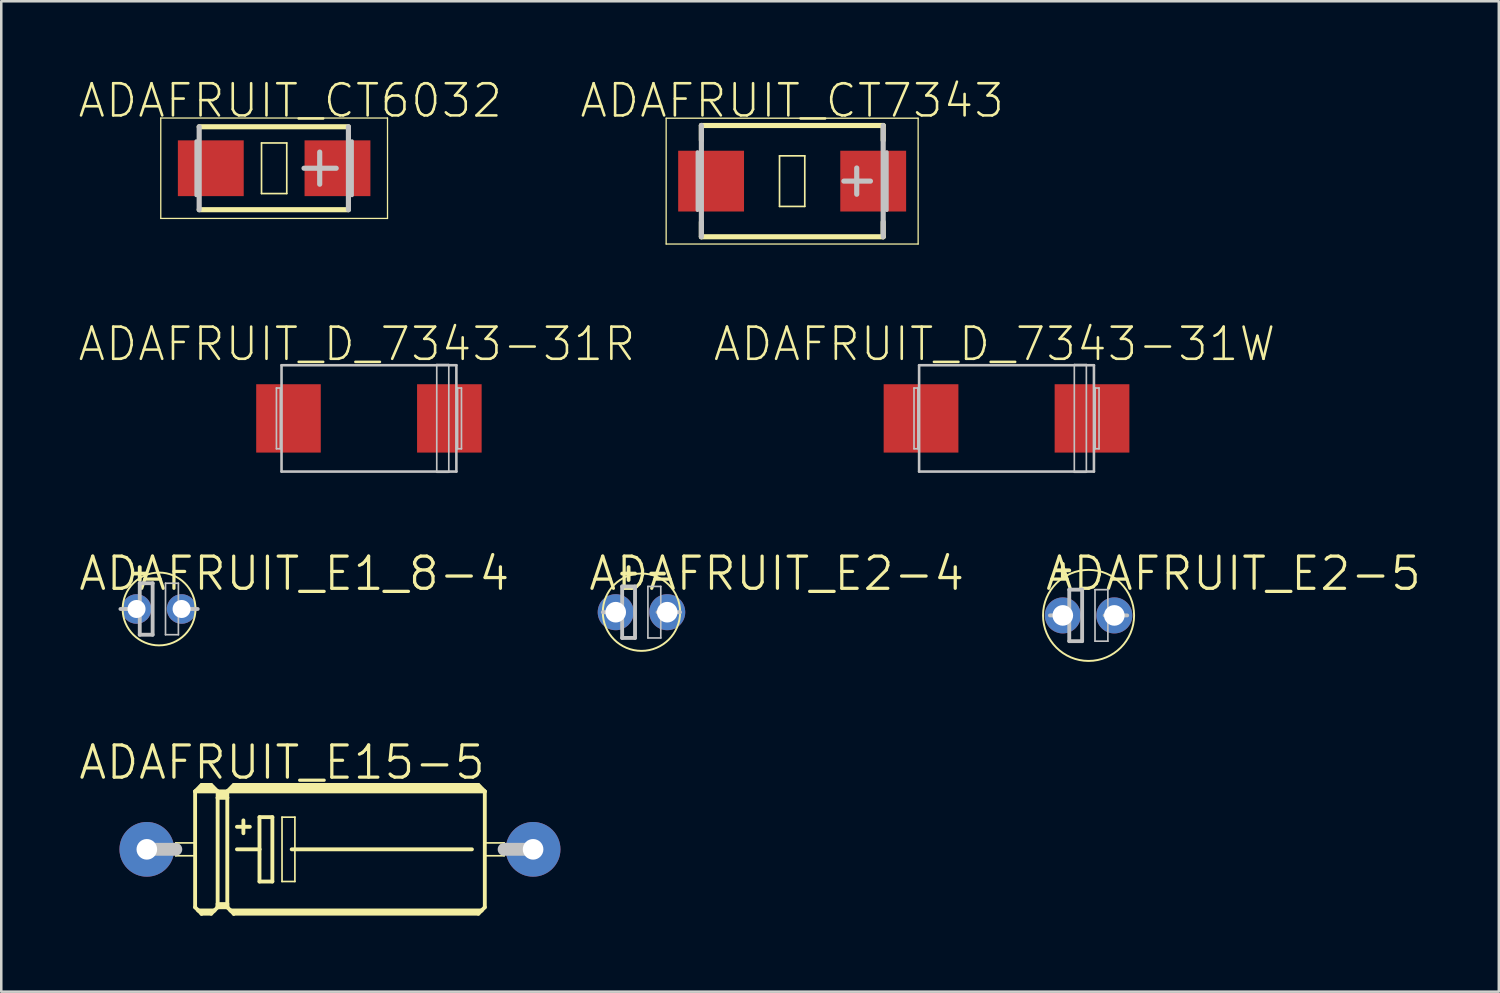
<source format=kicad_pcb>
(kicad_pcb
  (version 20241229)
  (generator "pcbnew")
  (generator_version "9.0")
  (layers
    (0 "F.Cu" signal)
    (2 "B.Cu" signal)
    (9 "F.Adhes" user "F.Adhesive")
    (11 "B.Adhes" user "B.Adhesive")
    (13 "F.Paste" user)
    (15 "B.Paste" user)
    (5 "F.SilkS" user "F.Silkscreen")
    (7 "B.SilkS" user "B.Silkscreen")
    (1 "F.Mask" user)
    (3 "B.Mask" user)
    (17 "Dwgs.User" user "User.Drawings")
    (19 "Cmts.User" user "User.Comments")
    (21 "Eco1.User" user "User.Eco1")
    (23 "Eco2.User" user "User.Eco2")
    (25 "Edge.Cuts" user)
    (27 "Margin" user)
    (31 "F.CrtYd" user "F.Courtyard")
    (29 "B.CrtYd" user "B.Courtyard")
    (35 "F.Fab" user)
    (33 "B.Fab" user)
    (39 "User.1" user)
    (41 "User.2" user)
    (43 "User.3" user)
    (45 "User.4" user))
  (footprint "ADAFRUIT_D_7343-31W"
    (layer "F.Cu")
    (at 36.662 13.458)
    (property "Reference" "ADAFRUIT_D_7343-31W" (at -0.475 -2.934 0) (layer "F.SilkS") (effects (font (size 1.27 1.27) (thickness 0.102))))
    (attr smd)
    (fp_line (start -3.65 -1.199) (end -3.498 -1.199) (stroke (width 0.066) (type solid)) (layer "Dwgs.User"))
    (fp_line (start -3.65 1.199) (end -3.65 -1.199) (stroke (width 0.066) (type solid)) (layer "Dwgs.User"))
    (fp_line (start -3.65 1.199) (end -3.498 1.199) (stroke (width 0.066) (type solid)) (layer "Dwgs.User"))
    (fp_line (start -3.498 1.199) (end -3.498 -1.199) (stroke (width 0.066) (type solid)) (layer "Dwgs.User"))
    (fp_line (start -3.449 -2.098) (end 3.449 -2.098) (stroke (width 0.102) (type solid)) (layer "Dwgs.User"))
    (fp_line (start -3.449 2.098) (end -3.449 -2.098) (stroke (width 0.102) (type solid)) (layer "Dwgs.User"))
    (fp_line (start 2.675 -2.123) (end 3.15 -2.123) (stroke (width 0.066) (type solid)) (layer "Dwgs.User"))
    (fp_line (start 2.675 2.123) (end 2.675 -2.123) (stroke (width 0.066) (type solid)) (layer "Dwgs.User"))
    (fp_line (start 2.675 2.123) (end 3.15 2.123) (stroke (width 0.066) (type solid)) (layer "Dwgs.User"))
    (fp_line (start 3.15 2.123) (end 3.15 -2.123) (stroke (width 0.066) (type solid)) (layer "Dwgs.User"))
    (fp_line (start 3.449 -2.098) (end 3.449 2.098) (stroke (width 0.102) (type solid)) (layer "Dwgs.User"))
    (fp_line (start 3.449 2.098) (end -3.449 2.098) (stroke (width 0.102) (type solid)) (layer "Dwgs.User"))
    (fp_line (start 3.498 -1.199) (end 3.65 -1.199) (stroke (width 0.066) (type solid)) (layer "Dwgs.User"))
    (fp_line (start 3.498 1.199) (end 3.498 -1.199) (stroke (width 0.066) (type solid)) (layer "Dwgs.User"))
    (fp_line (start 3.498 1.199) (end 3.65 1.199) (stroke (width 0.066) (type solid)) (layer "Dwgs.User"))
    (fp_line (start 3.65 1.199) (end 3.65 -1.199) (stroke (width 0.066) (type solid)) (layer "Dwgs.User"))
    (pad "+" smd rect (at 3.373 0) (size 2.949 2.697) (layers "F.Cu" "F.Mask" "F.Paste"))
    (pad "-" smd rect (at -3.373 0) (size 2.949 2.697) (layers "F.Cu" "F.Mask" "F.Paste")))
  (footprint "ADAFRUIT_E1_8-4"
    (layer "F.Cu")
    (at 3.226 20.977)
    (property "Reference" "ADAFRUIT_E1_8-4" (at 5.334 -1.397 0) (layer "F.SilkS") (effects (font (size 1.27 1.27) (thickness 0.127))))
    (attr exclude_from_pos_files exclude_from_bom)
    (fp_line (start -1.016 -1.397) (end -0.508 -1.397) (stroke (width 0.152) (type solid)) (layer "F.SilkS"))
    (fp_line (start -0.762 -1.143) (end -0.762 -1.651) (stroke (width 0.152) (type solid)) (layer "F.SilkS"))
    (fp_circle (center 0 0) (end -1.016 1.016) (stroke (width 0.076) (type solid)) (fill no) (layer "F.SilkS"))
    (fp_line (start -1.524 0) (end -0.762 0) (stroke (width 0.152) (type solid)) (layer "Dwgs.User"))
    (fp_line (start -0.762 -1.016) (end -0.762 0) (stroke (width 0.152) (type solid)) (layer "Dwgs.User"))
    (fp_line (start -0.762 0) (end -0.762 1.016) (stroke (width 0.152) (type solid)) (layer "Dwgs.User"))
    (fp_line (start -0.762 1.016) (end -0.254 1.016) (stroke (width 0.152) (type solid)) (layer "Dwgs.User"))
    (fp_line (start -0.254 -1.016) (end -0.762 -1.016) (stroke (width 0.152) (type solid)) (layer "Dwgs.User"))
    (fp_line (start -0.254 1.016) (end -0.254 -1.016) (stroke (width 0.152) (type solid)) (layer "Dwgs.User"))
    (fp_line (start 0.254 -1.016) (end 0.762 -1.016) (stroke (width 0.066) (type solid)) (layer "Dwgs.User"))
    (fp_line (start 0.254 1.016) (end 0.254 -1.016) (stroke (width 0.066) (type solid)) (layer "Dwgs.User"))
    (fp_line (start 0.254 1.016) (end 0.762 1.016) (stroke (width 0.066) (type solid)) (layer "Dwgs.User"))
    (fp_line (start 0.635 0) (end 1.524 0) (stroke (width 0.152) (type solid)) (layer "Dwgs.User"))
    (fp_line (start 0.762 1.016) (end 0.762 -1.016) (stroke (width 0.066) (type solid)) (layer "Dwgs.User"))
    (pad "+" thru_hole circle (at -0.889 0) (size 1.168 1.168) (drill 0.711) (layers "*.Cu" "*.Paste" "*.Mask"))
    (pad "-" thru_hole circle (at 0.889 0) (size 1.168 1.168) (drill 0.711) (layers "*.Cu" "*.Paste" "*.Mask")))
  (footprint "ADAFRUIT_D_7343-31R"
    (layer "F.Cu")
    (at 11.507 13.458)
    (property "Reference" "ADAFRUIT_D_7343-31R" (at -0.475 -2.934 0) (layer "F.SilkS") (effects (font (size 1.27 1.27) (thickness 0.102))))
    (attr smd)
    (fp_line (start -3.65 -1.199) (end -3.498 -1.199) (stroke (width 0.066) (type solid)) (layer "Dwgs.User"))
    (fp_line (start -3.65 1.199) (end -3.65 -1.199) (stroke (width 0.066) (type solid)) (layer "Dwgs.User"))
    (fp_line (start -3.65 1.199) (end -3.498 1.199) (stroke (width 0.066) (type solid)) (layer "Dwgs.User"))
    (fp_line (start -3.498 1.199) (end -3.498 -1.199) (stroke (width 0.066) (type solid)) (layer "Dwgs.User"))
    (fp_line (start -3.449 -2.098) (end 3.449 -2.098) (stroke (width 0.102) (type solid)) (layer "Dwgs.User"))
    (fp_line (start -3.449 2.098) (end -3.449 -2.098) (stroke (width 0.102) (type solid)) (layer "Dwgs.User"))
    (fp_line (start 2.675 -2.123) (end 3.15 -2.123) (stroke (width 0.066) (type solid)) (layer "Dwgs.User"))
    (fp_line (start 2.675 2.123) (end 2.675 -2.123) (stroke (width 0.066) (type solid)) (layer "Dwgs.User"))
    (fp_line (start 2.675 2.123) (end 3.15 2.123) (stroke (width 0.066) (type solid)) (layer "Dwgs.User"))
    (fp_line (start 3.15 2.123) (end 3.15 -2.123) (stroke (width 0.066) (type solid)) (layer "Dwgs.User"))
    (fp_line (start 3.449 -2.098) (end 3.449 2.098) (stroke (width 0.102) (type solid)) (layer "Dwgs.User"))
    (fp_line (start 3.449 2.098) (end -3.449 2.098) (stroke (width 0.102) (type solid)) (layer "Dwgs.User"))
    (fp_line (start 3.498 -1.199) (end 3.65 -1.199) (stroke (width 0.066) (type solid)) (layer "Dwgs.User"))
    (fp_line (start 3.498 1.199) (end 3.498 -1.199) (stroke (width 0.066) (type solid)) (layer "Dwgs.User"))
    (fp_line (start 3.498 1.199) (end 3.65 1.199) (stroke (width 0.066) (type solid)) (layer "Dwgs.User"))
    (fp_line (start 3.65 1.199) (end 3.65 -1.199) (stroke (width 0.066) (type solid)) (layer "Dwgs.User"))
    (pad "+" smd rect (at 3.172 0) (size 2.548 2.697) (layers "F.Cu" "F.Mask" "F.Paste"))
    (pad "-" smd rect (at -3.175 0) (size 2.548 2.697) (layers "F.Cu" "F.Mask" "F.Paste")))
  (footprint "ADAFRUIT_CT7343"
    (layer "F.Cu")
    (at 28.204 4.096)
    (property "Reference" "ADAFRUIT_CT7343" (at 0 -3.175 0) (layer "F.SilkS") (effects (font (size 1.27 1.27) (thickness 0.102))))
    (attr smd)
    (fp_line (start -4.971 -2.482) (end 4.971 -2.482) (stroke (width 0.051) (type solid)) (layer "F.SilkS"))
    (fp_line (start -4.971 2.482) (end -4.971 -2.482) (stroke (width 0.051) (type solid)) (layer "F.SilkS"))
    (fp_line (start -3.581 -2.195) (end -3.581 -1.613) (stroke (width 0.203) (type solid)) (layer "F.SilkS"))
    (fp_line (start -3.581 -2.195) (end 3.592 -2.195) (stroke (width 0.203) (type solid)) (layer "F.SilkS"))
    (fp_line (start -3.581 1.613) (end -3.581 2.195) (stroke (width 0.203) (type solid)) (layer "F.SilkS"))
    (fp_line (start -3.581 2.195) (end 3.592 2.195) (stroke (width 0.203) (type solid)) (layer "F.SilkS"))
    (fp_line (start -0.498 -0.998) (end 0.498 -0.998) (stroke (width 0.066) (type solid)) (layer "F.SilkS"))
    (fp_line (start -0.498 0.998) (end -0.498 -0.998) (stroke (width 0.066) (type solid)) (layer "F.SilkS"))
    (fp_line (start -0.498 0.998) (end 0.498 0.998) (stroke (width 0.066) (type solid)) (layer "F.SilkS"))
    (fp_line (start 0.498 0.998) (end 0.498 -0.998) (stroke (width 0.066) (type solid)) (layer "F.SilkS"))
    (fp_line (start 3.592 -2.195) (end 3.592 -1.613) (stroke (width 0.203) (type solid)) (layer "F.SilkS"))
    (fp_line (start 3.592 1.613) (end 3.592 2.195) (stroke (width 0.203) (type solid)) (layer "F.SilkS"))
    (fp_line (start 4.971 -2.482) (end 4.971 2.482) (stroke (width 0.051) (type solid)) (layer "F.SilkS"))
    (fp_line (start 4.971 2.482) (end -4.971 2.482) (stroke (width 0.051) (type solid)) (layer "F.SilkS"))
    (fp_line (start -3.734 1.143) (end -3.734 -1.143) (stroke (width 0.152) (type solid)) (layer "Dwgs.User"))
    (fp_line (start -3.581 -2.195) (end -3.581 2.195) (stroke (width 0.203) (type solid)) (layer "Dwgs.User"))
    (fp_line (start 2.04 0) (end 3.089 0) (stroke (width 0.203) (type solid)) (layer "Dwgs.User"))
    (fp_line (start 2.548 0.518) (end 2.548 -0.518) (stroke (width 0.203) (type solid)) (layer "Dwgs.User"))
    (fp_line (start 3.592 -2.195) (end 3.592 2.195) (stroke (width 0.203) (type solid)) (layer "Dwgs.User"))
    (fp_line (start 3.734 1.143) (end 3.734 -1.143) (stroke (width 0.152) (type solid)) (layer "Dwgs.User"))
    (pad "+" smd rect (at 3.198 0) (size 2.598 2.398) (layers "F.Cu" "F.Mask" "F.Paste"))
    (pad "-" smd rect (at -3.198 0) (size 2.598 2.398) (layers "F.Cu" "F.Mask" "F.Paste")))
  (footprint "ADAFRUIT_E2-5"
    (layer "F.Cu")
    (at 39.899 21.231)
    (property "Reference" "ADAFRUIT_E2-5" (at 5.715 -1.651 0) (layer "F.SilkS") (effects (font (size 1.27 1.27) (thickness 0.127))))
    (attr exclude_from_pos_files exclude_from_bom)
    (fp_line (start -1.27 -1.778) (end -0.762 -1.778) (stroke (width 0.152) (type solid)) (layer "F.SilkS"))
    (fp_line (start -1.016 -1.524) (end -1.016 -2.032) (stroke (width 0.152) (type solid)) (layer "F.SilkS"))
    (fp_circle (center 0 0) (end -1.27 1.27) (stroke (width 0.076) (type solid)) (fill no) (layer "F.SilkS"))
    (fp_line (start -1.524 0) (end -0.762 0) (stroke (width 0.152) (type solid)) (layer "Dwgs.User"))
    (fp_line (start -0.762 -1.016) (end -0.762 0) (stroke (width 0.152) (type solid)) (layer "Dwgs.User"))
    (fp_line (start -0.762 0) (end -0.762 1.016) (stroke (width 0.152) (type solid)) (layer "Dwgs.User"))
    (fp_line (start -0.762 1.016) (end -0.254 1.016) (stroke (width 0.152) (type solid)) (layer "Dwgs.User"))
    (fp_line (start -0.254 -1.016) (end -0.762 -1.016) (stroke (width 0.152) (type solid)) (layer "Dwgs.User"))
    (fp_line (start -0.254 1.016) (end -0.254 -1.016) (stroke (width 0.152) (type solid)) (layer "Dwgs.User"))
    (fp_line (start 0.254 -1.016) (end 0.762 -1.016) (stroke (width 0.066) (type solid)) (layer "Dwgs.User"))
    (fp_line (start 0.254 1.016) (end 0.254 -1.016) (stroke (width 0.066) (type solid)) (layer "Dwgs.User"))
    (fp_line (start 0.254 1.016) (end 0.762 1.016) (stroke (width 0.066) (type solid)) (layer "Dwgs.User"))
    (fp_line (start 0.635 0) (end 1.524 0) (stroke (width 0.152) (type solid)) (layer "Dwgs.User"))
    (fp_line (start 0.762 1.016) (end 0.762 -1.016) (stroke (width 0.066) (type solid)) (layer "Dwgs.User"))
    (pad "+" thru_hole circle (at -1.016 0) (size 1.422 1.422) (drill 0.813) (layers "*.Cu" "*.Paste" "*.Mask"))
    (pad "-" thru_hole circle (at 1.016 0) (size 1.422 1.422) (drill 0.813) (layers "*.Cu" "*.Paste" "*.Mask")))
  (footprint "ADAFRUIT_E2-4"
    (layer "F.Cu")
    (at 22.259 21.104)
    (property "Reference" "ADAFRUIT_E2-4" (at 5.334 -1.524 0) (layer "F.SilkS") (effects (font (size 1.27 1.27) (thickness 0.127))))
    (attr exclude_from_pos_files exclude_from_bom)
    (fp_line (start -0.762 -1.524) (end -0.254 -1.524) (stroke (width 0.152) (type solid)) (layer "F.SilkS"))
    (fp_line (start -0.508 -1.27) (end -0.508 -1.778) (stroke (width 0.152) (type solid)) (layer "F.SilkS"))
    (fp_line (start 0.381 -1.524) (end 0.889 -1.524) (stroke (width 0.152) (type solid)) (layer "F.SilkS"))
    (fp_circle (center 0 0) (end -1.079 1.079) (stroke (width 0.076) (type solid)) (fill no) (layer "F.SilkS"))
    (fp_line (start -1.524 0) (end -0.762 0) (stroke (width 0.152) (type solid)) (layer "Dwgs.User"))
    (fp_line (start -0.762 -1.016) (end -0.762 0) (stroke (width 0.152) (type solid)) (layer "Dwgs.User"))
    (fp_line (start -0.762 0) (end -0.762 1.016) (stroke (width 0.152) (type solid)) (layer "Dwgs.User"))
    (fp_line (start -0.762 1.016) (end -0.254 1.016) (stroke (width 0.152) (type solid)) (layer "Dwgs.User"))
    (fp_line (start -0.254 -1.016) (end -0.762 -1.016) (stroke (width 0.152) (type solid)) (layer "Dwgs.User"))
    (fp_line (start -0.254 1.016) (end -0.254 -1.016) (stroke (width 0.152) (type solid)) (layer "Dwgs.User"))
    (fp_line (start 0.254 -1.016) (end 0.762 -1.016) (stroke (width 0.066) (type solid)) (layer "Dwgs.User"))
    (fp_line (start 0.254 1.016) (end 0.254 -1.016) (stroke (width 0.066) (type solid)) (layer "Dwgs.User"))
    (fp_line (start 0.254 1.016) (end 0.762 1.016) (stroke (width 0.066) (type solid)) (layer "Dwgs.User"))
    (fp_line (start 0.635 0) (end 1.524 0) (stroke (width 0.152) (type solid)) (layer "Dwgs.User"))
    (fp_line (start 0.762 1.016) (end 0.762 -1.016) (stroke (width 0.066) (type solid)) (layer "Dwgs.User"))
    (pad "+" thru_hole circle (at -1.016 0) (size 1.422 1.422) (drill 0.813) (layers "*.Cu" "*.Paste" "*.Mask"))
    (pad "-" thru_hole circle (at 1.016 0) (size 1.422 1.422) (drill 0.813) (layers "*.Cu" "*.Paste" "*.Mask")))
  (footprint "ADAFRUIT_E15-5"
    (layer "F.Cu")
    (at 10.363 30.46)
    (property "Reference" "ADAFRUIT_E15-5" (at -2.286 -3.429 0) (layer "F.SilkS") (effects (font (size 1.27 1.27) (thickness 0.127))))
    (attr exclude_from_pos_files exclude_from_bom)
    (fp_line (start -6.477 -0.254) (end -5.715 -0.254) (stroke (width 0.066) (type solid)) (layer "F.SilkS"))
    (fp_line (start -6.477 0.254) (end -6.477 -0.254) (stroke (width 0.066) (type solid)) (layer "F.SilkS"))
    (fp_line (start -6.477 0.254) (end -5.715 0.254) (stroke (width 0.066) (type solid)) (layer "F.SilkS"))
    (fp_line (start -5.715 -2.286) (end -4.826 -2.286) (stroke (width 0.152) (type solid)) (layer "F.SilkS"))
    (fp_line (start -5.715 0.254) (end -5.715 -0.254) (stroke (width 0.066) (type solid)) (layer "F.SilkS"))
    (fp_line (start -5.715 2.286) (end -5.715 -2.286) (stroke (width 0.152) (type solid)) (layer "F.SilkS"))
    (fp_line (start -5.715 2.286) (end -5.588 2.413) (stroke (width 0.152) (type solid)) (layer "F.SilkS"))
    (fp_line (start -5.588 2.413) (end -5.461 2.54) (stroke (width 0.152) (type solid)) (layer "F.SilkS"))
    (fp_line (start -5.588 2.413) (end -4.953 2.413) (stroke (width 0.152) (type solid)) (layer "F.SilkS"))
    (fp_line (start -5.461 -2.54) (end -5.715 -2.286) (stroke (width 0.152) (type solid)) (layer "F.SilkS"))
    (fp_line (start -5.461 -2.54) (end -5.08 -2.54) (stroke (width 0.152) (type solid)) (layer "F.SilkS"))
    (fp_line (start -5.461 -2.413) (end -5.08 -2.413) (stroke (width 0.305) (type solid)) (layer "F.SilkS"))
    (fp_line (start -5.461 2.489) (end -5.461 2.54) (stroke (width 0.152) (type solid)) (layer "F.SilkS"))
    (fp_line (start -5.461 2.54) (end -5.08 2.54) (stroke (width 0.152) (type solid)) (layer "F.SilkS"))
    (fp_line (start -5.08 -2.54) (end -4.826 -2.286) (stroke (width 0.152) (type solid)) (layer "F.SilkS"))
    (fp_line (start -5.08 2.489) (end -5.461 2.489) (stroke (width 0.152) (type solid)) (layer "F.SilkS"))
    (fp_line (start -5.08 2.54) (end -4.953 2.413) (stroke (width 0.152) (type solid)) (layer "F.SilkS"))
    (fp_line (start -4.953 2.413) (end -4.826 2.286) (stroke (width 0.152) (type solid)) (layer "F.SilkS"))
    (fp_line (start -4.826 -2.286) (end -4.826 -2.032) (stroke (width 0.152) (type solid)) (layer "F.SilkS"))
    (fp_line (start -4.826 -2.286) (end -4.445 -2.286) (stroke (width 0.152) (type solid)) (layer "F.SilkS"))
    (fp_line (start -4.826 -2.032) (end -4.826 2.159) (stroke (width 0.152) (type solid)) (layer "F.SilkS"))
    (fp_line (start -4.826 -2.032) (end -4.445 -2.032) (stroke (width 0.152) (type solid)) (layer "F.SilkS"))
    (fp_line (start -4.826 2.159) (end -4.826 2.235) (stroke (width 0.152) (type solid)) (layer "F.SilkS"))
    (fp_line (start -4.826 2.159) (end -4.445 2.159) (stroke (width 0.152) (type solid)) (layer "F.SilkS"))
    (fp_line (start -4.826 2.235) (end -4.826 2.286) (stroke (width 0.152) (type solid)) (layer "F.SilkS"))
    (fp_line (start -4.826 2.286) (end -4.445 2.286) (stroke (width 0.152) (type solid)) (layer "F.SilkS"))
    (fp_line (start -4.699 -2.159) (end -4.572 -2.159) (stroke (width 0.305) (type solid)) (layer "F.SilkS"))
    (fp_line (start -4.445 -2.286) (end -4.445 -2.032) (stroke (width 0.152) (type solid)) (layer "F.SilkS"))
    (fp_line (start -4.445 -2.286) (end -4.191 -2.54) (stroke (width 0.152) (type solid)) (layer "F.SilkS"))
    (fp_line (start -4.445 -2.286) (end 5.715 -2.286) (stroke (width 0.152) (type solid)) (layer "F.SilkS"))
    (fp_line (start -4.445 -2.032) (end -4.445 2.159) (stroke (width 0.152) (type solid)) (layer "F.SilkS"))
    (fp_line (start -4.445 2.159) (end -4.445 2.235) (stroke (width 0.152) (type solid)) (layer "F.SilkS"))
    (fp_line (start -4.445 2.235) (end -4.826 2.235) (stroke (width 0.152) (type solid)) (layer "F.SilkS"))
    (fp_line (start -4.445 2.235) (end -4.445 2.286) (stroke (width 0.152) (type solid)) (layer "F.SilkS"))
    (fp_line (start -4.445 2.286) (end -4.318 2.413) (stroke (width 0.152) (type solid)) (layer "F.SilkS"))
    (fp_line (start -4.318 2.413) (end -4.191 2.54) (stroke (width 0.152) (type solid)) (layer "F.SilkS"))
    (fp_line (start -4.318 2.413) (end 5.588 2.413) (stroke (width 0.152) (type solid)) (layer "F.SilkS"))
    (fp_line (start -4.191 -2.54) (end 5.461 -2.54) (stroke (width 0.152) (type solid)) (layer "F.SilkS"))
    (fp_line (start -4.191 -2.413) (end 5.461 -2.413) (stroke (width 0.305) (type solid)) (layer "F.SilkS"))
    (fp_line (start -4.191 2.489) (end -4.191 2.54) (stroke (width 0.152) (type solid)) (layer "F.SilkS"))
    (fp_line (start -4.191 2.54) (end 5.461 2.54) (stroke (width 0.152) (type solid)) (layer "F.SilkS"))
    (fp_line (start -4.064 -0.889) (end -3.556 -0.889) (stroke (width 0.152) (type solid)) (layer "F.SilkS"))
    (fp_line (start -4.064 0) (end -3.175 0) (stroke (width 0.152) (type solid)) (layer "F.SilkS"))
    (fp_line (start -3.81 -1.143) (end -3.81 -0.635) (stroke (width 0.152) (type solid)) (layer "F.SilkS"))
    (fp_line (start -3.175 -1.27) (end -3.175 0) (stroke (width 0.152) (type solid)) (layer "F.SilkS"))
    (fp_line (start -3.175 0) (end -3.175 1.27) (stroke (width 0.152) (type solid)) (layer "F.SilkS"))
    (fp_line (start -3.175 1.27) (end -2.667 1.27) (stroke (width 0.152) (type solid)) (layer "F.SilkS"))
    (fp_line (start -2.667 -1.27) (end -3.175 -1.27) (stroke (width 0.152) (type solid)) (layer "F.SilkS"))
    (fp_line (start -2.667 1.27) (end -2.667 -1.27) (stroke (width 0.152) (type solid)) (layer "F.SilkS"))
    (fp_line (start -2.286 -1.27) (end -1.778 -1.27) (stroke (width 0.066) (type solid)) (layer "F.SilkS"))
    (fp_line (start -2.286 1.27) (end -2.286 -1.27) (stroke (width 0.066) (type solid)) (layer "F.SilkS"))
    (fp_line (start -2.286 1.27) (end -1.778 1.27) (stroke (width 0.066) (type solid)) (layer "F.SilkS"))
    (fp_line (start -1.905 0) (end 5.207 0) (stroke (width 0.152) (type solid)) (layer "F.SilkS"))
    (fp_line (start -1.778 1.27) (end -1.778 -1.27) (stroke (width 0.066) (type solid)) (layer "F.SilkS"))
    (fp_line (start 5.461 2.489) (end -4.191 2.489) (stroke (width 0.152) (type solid)) (layer "F.SilkS"))
    (fp_line (start 5.588 2.413) (end 5.461 2.54) (stroke (width 0.152) (type solid)) (layer "F.SilkS"))
    (fp_line (start 5.715 -2.286) (end 5.461 -2.54) (stroke (width 0.152) (type solid)) (layer "F.SilkS"))
    (fp_line (start 5.715 -2.286) (end 5.715 2.286) (stroke (width 0.152) (type solid)) (layer "F.SilkS"))
    (fp_line (start 5.715 -0.254) (end 6.477 -0.254) (stroke (width 0.066) (type solid)) (layer "F.SilkS"))
    (fp_line (start 5.715 0.254) (end 5.715 -0.254) (stroke (width 0.066) (type solid)) (layer "F.SilkS"))
    (fp_line (start 5.715 0.254) (end 6.477 0.254) (stroke (width 0.066) (type solid)) (layer "F.SilkS"))
    (fp_line (start 5.715 2.286) (end 5.588 2.413) (stroke (width 0.152) (type solid)) (layer "F.SilkS"))
    (fp_line (start 6.477 0.254) (end 6.477 -0.254) (stroke (width 0.066) (type solid)) (layer "F.SilkS"))
    (fp_line (start -7.62 0) (end -6.477 0) (stroke (width 0.508) (type solid)) (layer "Dwgs.User"))
    (fp_line (start 7.62 0) (end 6.477 0) (stroke (width 0.508) (type solid)) (layer "Dwgs.User"))
    (pad "+" thru_hole circle (at -7.62 0) (size 2.159 2.159) (drill 0.813) (layers "*.Cu" "*.Paste" "*.Mask"))
    (pad "-" thru_hole circle (at 7.62 0) (size 2.159 2.159) (drill 0.813) (layers "*.Cu" "*.Paste" "*.Mask")))
  (footprint "ADAFRUIT_CT6032"
    (layer "F.Cu")
    (at 7.766 3.588)
    (property "Reference" "ADAFRUIT_CT6032" (at 0.635 -2.667 0) (layer "F.SilkS") (effects (font (size 1.27 1.27) (thickness 0.102))))
    (attr smd)
    (fp_line (start -4.473 -1.981) (end 4.473 -1.981) (stroke (width 0.051) (type solid)) (layer "F.SilkS"))
    (fp_line (start -4.473 1.981) (end -4.473 -1.981) (stroke (width 0.051) (type solid)) (layer "F.SilkS"))
    (fp_line (start -2.957 -1.636) (end 2.931 -1.636) (stroke (width 0.203) (type solid)) (layer "F.SilkS"))
    (fp_line (start -2.957 1.636) (end 2.931 1.636) (stroke (width 0.203) (type solid)) (layer "F.SilkS"))
    (fp_line (start -0.498 -0.998) (end 0.498 -0.998) (stroke (width 0.066) (type solid)) (layer "F.SilkS"))
    (fp_line (start -0.498 0.998) (end -0.498 -0.998) (stroke (width 0.066) (type solid)) (layer "F.SilkS"))
    (fp_line (start -0.498 0.998) (end 0.498 0.998) (stroke (width 0.066) (type solid)) (layer "F.SilkS"))
    (fp_line (start 0.498 0.998) (end 0.498 -0.998) (stroke (width 0.066) (type solid)) (layer "F.SilkS"))
    (fp_line (start 4.473 -1.981) (end 4.473 1.981) (stroke (width 0.051) (type solid)) (layer "F.SilkS"))
    (fp_line (start 4.473 1.981) (end -4.473 1.981) (stroke (width 0.051) (type solid)) (layer "F.SilkS"))
    (fp_line (start -3.071 1.067) (end -3.071 -1.067) (stroke (width 0.152) (type solid)) (layer "Dwgs.User"))
    (fp_line (start -2.957 -1.636) (end -2.957 1.636) (stroke (width 0.203) (type solid)) (layer "Dwgs.User"))
    (fp_line (start 1.179 0) (end 2.449 0) (stroke (width 0.203) (type solid)) (layer "Dwgs.User"))
    (fp_line (start 1.798 0.63) (end 1.798 -0.638) (stroke (width 0.203) (type solid)) (layer "Dwgs.User"))
    (fp_line (start 2.931 -1.636) (end 2.931 1.636) (stroke (width 0.203) (type solid)) (layer "Dwgs.User"))
    (fp_line (start 3.071 1.067) (end 3.071 -1.067) (stroke (width 0.152) (type solid)) (layer "Dwgs.User"))
    (pad "+" smd rect (at 2.499 0) (size 2.598 2.2) (layers "F.Cu" "F.Mask" "F.Paste"))
    (pad "-" smd rect (at -2.499 0) (size 2.598 2.2) (layers "F.Cu" "F.Mask" "F.Paste")))
  (gr_rect
    (start -3 -3)
    (end 56.085 36.077)
    (stroke (width 0.1) (type default))
    (fill no)
    (layer "Edge.Cuts")))
</source>
